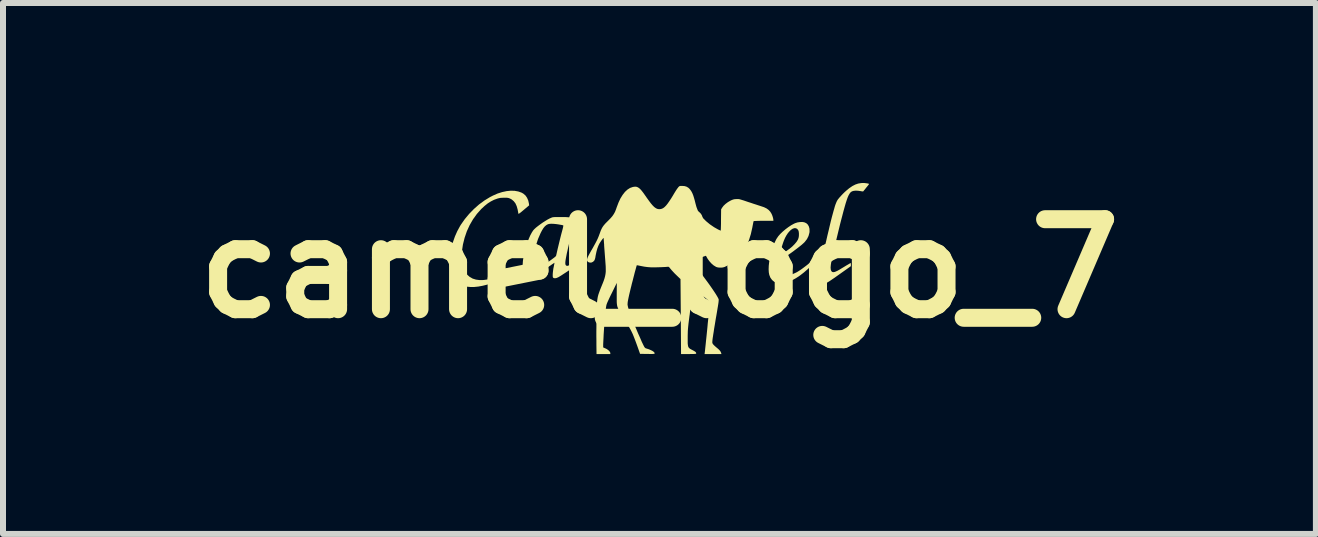
<source format=kicad_pcb>
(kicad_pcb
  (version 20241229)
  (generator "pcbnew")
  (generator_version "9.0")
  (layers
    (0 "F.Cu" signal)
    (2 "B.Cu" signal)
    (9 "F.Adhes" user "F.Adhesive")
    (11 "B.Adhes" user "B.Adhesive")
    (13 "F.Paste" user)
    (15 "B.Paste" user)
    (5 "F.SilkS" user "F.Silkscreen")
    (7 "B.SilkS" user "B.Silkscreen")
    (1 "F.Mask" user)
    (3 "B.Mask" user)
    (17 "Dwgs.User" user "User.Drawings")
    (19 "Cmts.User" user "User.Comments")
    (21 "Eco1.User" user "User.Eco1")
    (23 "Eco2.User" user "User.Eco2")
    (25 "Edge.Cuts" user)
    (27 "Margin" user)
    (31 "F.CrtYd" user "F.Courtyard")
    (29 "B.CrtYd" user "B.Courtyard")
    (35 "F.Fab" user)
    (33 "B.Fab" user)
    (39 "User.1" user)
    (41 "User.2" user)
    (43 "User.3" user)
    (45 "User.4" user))
  (footprint "camel_logo_7"
    (layer "F.Cu")
    (at 7.943 1.426)
    (property "Reference" "camel_logo_7" (at 0 0 0) (layer "F.SilkS") (effects (font (size 1.5 1.5) (thickness 0.3))))
    (attr board_only exclude_from_pos_files exclude_from_bom)
    (fp_poly (pts (xy -2.413 -1.295) (xy -2.353 -1.284) (xy -2.299 -1.265) (xy -2.269 -1.248) (xy -2.234 -1.218) (xy -2.207 -1.179) (xy -2.187 -1.133) (xy -2.176 -1.083) (xy -2.172 -1.053) (xy -2.261 -0.978) (xy -2.292 -0.952) (xy -2.315 -0.933) (xy -2.332 -0.921) (xy -2.342 -0.914) (xy -2.348 -0.912) (xy -2.352 -0.914) (xy -2.352 -0.917) (xy -2.364 -0.984) (xy -2.38 -1.04) (xy -2.401 -1.086) (xy -2.429 -1.122) (xy -2.463 -1.151) (xy -2.487 -1.164) (xy -2.503 -1.171) (xy -2.519 -1.176) (xy -2.536 -1.179) (xy -2.559 -1.18) (xy -2.587 -1.18) (xy -2.623 -1.179) (xy -2.652 -1.177) (xy -2.677 -1.172) (xy -2.7 -1.166) (xy -2.758 -1.145) (xy -2.811 -1.118) (xy -2.863 -1.085) (xy -2.914 -1.044) (xy -2.968 -0.994) (xy -2.973 -0.989) (xy -3.044 -0.909) (xy -3.108 -0.82) (xy -3.164 -0.723) (xy -3.211 -0.62) (xy -3.248 -0.512) (xy -3.276 -0.4) (xy -3.293 -0.286) (xy -3.295 -0.272) (xy -3.299 -0.186) (xy -3.294 -0.108) (xy -3.28 -0.039) (xy -3.258 0.023) (xy -3.227 0.076) (xy -3.204 0.104) (xy -3.162 0.141) (xy -3.114 0.168) (xy -3.059 0.185) (xy -2.999 0.193) (xy -2.933 0.192) (xy -2.862 0.182) (xy -2.786 0.162) (xy -2.707 0.133) (xy -2.624 0.095) (xy -2.538 0.048) (xy -2.494 0.021) (xy -2.47 0.006) (xy -2.45 -0.006) (xy -2.436 -0.015) (xy -2.43 -0.018) (xy -2.43 -0.018) (xy -2.43 -0.013) (xy -2.433 0.001) (xy -2.437 0.018) (xy -2.446 0.055) (xy -2.508 0.096) (xy -2.612 0.16) (xy -2.717 0.212) (xy -2.825 0.254) (xy -2.876 0.27) (xy -2.949 0.288) (xy -3.02 0.301) (xy -3.089 0.308) (xy -3.153 0.308) (xy -3.209 0.303) (xy -3.227 0.3) (xy -3.288 0.281) (xy -3.342 0.252) (xy -3.389 0.214) (xy -3.428 0.167) (xy -3.46 0.112) (xy -3.482 0.05) (xy -3.494 -0.009) (xy -3.5 -0.087) (xy -3.497 -0.172) (xy -3.486 -0.261) (xy -3.467 -0.352) (xy -3.441 -0.444) (xy -3.409 -0.535) (xy -3.37 -0.623) (xy -3.325 -0.706) (xy -3.311 -0.729) (xy -3.246 -0.822) (xy -3.173 -0.91) (xy -3.093 -0.992) (xy -3.007 -1.068) (xy -2.917 -1.134) (xy -2.824 -1.191) (xy -2.775 -1.216) (xy -2.698 -1.25) (xy -2.622 -1.274) (xy -2.548 -1.29) (xy -2.478 -1.297)) (stroke (width 0) (type solid)) (fill yes) (layer "F.SilkS"))
    (fp_poly (pts (xy 2.412 -0.771) (xy 2.413 -0.771) (xy 2.447 -0.756) (xy 2.473 -0.732) (xy 2.491 -0.7) (xy 2.501 -0.662) (xy 2.502 -0.617) (xy 2.5 -0.597) (xy 2.485 -0.542) (xy 2.459 -0.49) (xy 2.421 -0.441) (xy 2.418 -0.438) (xy 2.399 -0.42) (xy 2.371 -0.395) (xy 2.336 -0.367) (xy 2.295 -0.335) (xy 2.251 -0.302) (xy 2.204 -0.267) (xy 2.156 -0.233) (xy 2.11 -0.201) (xy 2.085 -0.185) (xy 2.002 -0.13) (xy 2.002 -0.084) (xy 2.004 -0.035) (xy 2.012 0.004) (xy 2.025 0.038) (xy 2.034 0.053) (xy 2.06 0.081) (xy 2.092 0.1) (xy 2.13 0.108) (xy 2.173 0.105) (xy 2.222 0.093) (xy 2.275 0.069) (xy 2.296 0.058) (xy 2.33 0.037) (xy 2.37 0.01) (xy 2.412 -0.021) (xy 2.454 -0.053) (xy 2.493 -0.085) (xy 2.495 -0.086) (xy 2.53 -0.116) (xy 2.53 -0.08) (xy 2.53 -0.044) (xy 2.477 0.006) (xy 2.408 0.066) (xy 2.341 0.118) (xy 2.274 0.162) (xy 2.209 0.197) (xy 2.147 0.224) (xy 2.088 0.241) (xy 2.033 0.249) (xy 1.983 0.246) (xy 1.955 0.24) (xy 1.913 0.221) (xy 1.878 0.192) (xy 1.85 0.154) (xy 1.831 0.107) (xy 1.823 0.065) (xy 1.82 0.014) (xy 1.822 -0.044) (xy 1.829 -0.107) (xy 1.84 -0.173) (xy 1.85 -0.217) (xy 2.007 -0.217) (xy 2.07 -0.26) (xy 2.098 -0.279) (xy 2.126 -0.298) (xy 2.15 -0.316) (xy 2.166 -0.327) (xy 2.212 -0.365) (xy 2.252 -0.405) (xy 2.285 -0.444) (xy 2.308 -0.481) (xy 2.315 -0.499) (xy 2.322 -0.524) (xy 2.325 -0.554) (xy 2.325 -0.585) (xy 2.322 -0.613) (xy 2.316 -0.634) (xy 2.315 -0.635) (xy 2.298 -0.659) (xy 2.276 -0.671) (xy 2.251 -0.673) (xy 2.222 -0.664) (xy 2.192 -0.644) (xy 2.17 -0.623) (xy 2.142 -0.591) (xy 2.118 -0.555) (xy 2.095 -0.513) (xy 2.074 -0.465) (xy 2.061 -0.429) (xy 2.047 -0.386) (xy 2.033 -0.34) (xy 2.022 -0.295) (xy 2.013 -0.255) (xy 2.011 -0.244) (xy 2.007 -0.217) (xy 1.85 -0.217) (xy 1.855 -0.241) (xy 1.874 -0.308) (xy 1.896 -0.373) (xy 1.921 -0.434) (xy 1.948 -0.489) (xy 1.955 -0.5) (xy 1.98 -0.537) (xy 2.014 -0.576) (xy 2.055 -0.615) (xy 2.101 -0.654) (xy 2.149 -0.69) (xy 2.197 -0.722) (xy 2.243 -0.747) (xy 2.263 -0.756) (xy 2.3 -0.768) (xy 2.34 -0.774) (xy 2.379 -0.776)) (stroke (width 0) (type solid)) (fill yes) (layer "F.SilkS"))
    (fp_poly (pts (xy 3.417 -1.425) (xy 3.441 -1.422) (xy 3.464 -1.419) (xy 3.482 -1.415) (xy 3.493 -1.411) (xy 3.494 -1.409) (xy 3.491 -1.403) (xy 3.481 -1.39) (xy 3.466 -1.371) (xy 3.448 -1.349) (xy 3.447 -1.348) (xy 3.429 -1.325) (xy 3.413 -1.306) (xy 3.402 -1.292) (xy 3.397 -1.286) (xy 3.397 -1.286) (xy 3.39 -1.285) (xy 3.375 -1.286) (xy 3.355 -1.29) (xy 3.311 -1.296) (xy 3.27 -1.298) (xy 3.235 -1.294) (xy 3.212 -1.287) (xy 3.195 -1.277) (xy 3.18 -1.263) (xy 3.166 -1.243) (xy 3.151 -1.216) (xy 3.136 -1.181) (xy 3.121 -1.138) (xy 3.104 -1.085) (xy 3.086 -1.022) (xy 3.082 -1.007) (xy 3.066 -0.95) (xy 3.049 -0.884) (xy 3.03 -0.812) (xy 3.01 -0.734) (xy 2.99 -0.652) (xy 2.97 -0.569) (xy 2.95 -0.486) (xy 2.931 -0.405) (xy 2.913 -0.328) (xy 2.896 -0.257) (xy 2.882 -0.192) (xy 2.87 -0.138) (xy 2.866 -0.118) (xy 2.857 -0.062) (xy 2.853 -0.017) (xy 2.856 0.018) (xy 2.865 0.043) (xy 2.879 0.056) (xy 2.891 0.06) (xy 2.906 0.06) (xy 2.923 0.057) (xy 2.943 0.049) (xy 2.969 0.037) (xy 3.001 0.019) (xy 3.034 -0.001) (xy 3.079 -0.028) (xy 3.115 -0.05) (xy 3.143 -0.066) (xy 3.163 -0.078) (xy 3.176 -0.086) (xy 3.184 -0.09) (xy 3.187 -0.091) (xy 3.19 -0.086) (xy 3.191 -0.072) (xy 3.191 -0.065) (xy 3.191 -0.039) (xy 3.019 0.083) (xy 2.96 0.125) (xy 2.91 0.16) (xy 2.869 0.188) (xy 2.835 0.211) (xy 2.807 0.228) (xy 2.785 0.241) (xy 2.769 0.249) (xy 2.756 0.254) (xy 2.748 0.255) (xy 2.733 0.252) (xy 2.715 0.244) (xy 2.714 0.243) (xy 2.695 0.225) (xy 2.678 0.198) (xy 2.666 0.165) (xy 2.659 0.127) (xy 2.659 0.119) (xy 2.658 0.11) (xy 2.658 0.1) (xy 2.659 0.088) (xy 2.661 0.073) (xy 2.664 0.055) (xy 2.668 0.032) (xy 2.674 0.003) (xy 2.681 -0.031) (xy 2.691 -0.073) (xy 2.702 -0.123) (xy 2.715 -0.182) (xy 2.731 -0.251) (xy 2.749 -0.331) (xy 2.751 -0.337) (xy 2.777 -0.449) (xy 2.8 -0.55) (xy 2.822 -0.641) (xy 2.841 -0.722) (xy 2.858 -0.793) (xy 2.874 -0.856) (xy 2.889 -0.911) (xy 2.902 -0.959) (xy 2.914 -1) (xy 2.924 -1.036) (xy 2.934 -1.066) (xy 2.944 -1.091) (xy 2.953 -1.113) (xy 2.962 -1.131) (xy 2.962 -1.131) (xy 2.976 -1.153) (xy 2.998 -1.18) (xy 3.026 -1.211) (xy 3.057 -1.244) (xy 3.091 -1.277) (xy 3.125 -1.307) (xy 3.158 -1.334) (xy 3.166 -1.34) (xy 3.217 -1.375) (xy 3.266 -1.4) (xy 3.313 -1.416) (xy 3.361 -1.424) (xy 3.394 -1.426)) (stroke (width 0) (type solid)) (fill yes) (layer "F.SilkS"))
    (fp_poly (pts (xy -1.647 -0.858) (xy -1.599 -0.858) (xy -1.561 -0.857) (xy -1.529 -0.855) (xy -1.501 -0.853) (xy -1.473 -0.849) (xy -1.444 -0.844) (xy -1.415 -0.838) (xy -1.39 -0.833) (xy -1.372 -0.828) (xy -1.363 -0.826) (xy -1.363 -0.825) (xy -1.364 -0.819) (xy -1.372 -0.806) (xy -1.385 -0.79) (xy -1.387 -0.788) (xy -1.402 -0.768) (xy -1.416 -0.749) (xy -1.424 -0.735) (xy -1.428 -0.722) (xy -1.435 -0.699) (xy -1.443 -0.667) (xy -1.454 -0.629) (xy -1.465 -0.585) (xy -1.477 -0.537) (xy -1.489 -0.487) (xy -1.502 -0.437) (xy -1.513 -0.388) (xy -1.524 -0.342) (xy -1.533 -0.3) (xy -1.541 -0.265) (xy -1.544 -0.252) (xy -1.554 -0.2) (xy -1.562 -0.158) (xy -1.567 -0.125) (xy -1.569 -0.1) (xy -1.569 -0.082) (xy -1.567 -0.068) (xy -1.563 -0.059) (xy -1.561 -0.055) (xy -1.552 -0.048) (xy -1.542 -0.044) (xy -1.529 -0.045) (xy -1.511 -0.052) (xy -1.488 -0.063) (xy -1.457 -0.081) (xy -1.419 -0.106) (xy -1.405 -0.115) (xy -1.374 -0.136) (xy -1.346 -0.154) (xy -1.324 -0.168) (xy -1.308 -0.178) (xy -1.301 -0.182) (xy -1.301 -0.182) (xy -1.299 -0.177) (xy -1.299 -0.162) (xy -1.299 -0.147) (xy -1.301 -0.128) (xy -1.305 -0.115) (xy -1.313 -0.105) (xy -1.328 -0.092) (xy -1.332 -0.089) (xy -1.35 -0.076) (xy -1.376 -0.057) (xy -1.408 -0.035) (xy -1.444 -0.011) (xy -1.483 0.015) (xy -1.523 0.041) (xy -1.562 0.067) (xy -1.599 0.091) (xy -1.631 0.112) (xy -1.658 0.129) (xy -1.678 0.141) (xy -1.687 0.146) (xy -1.718 0.159) (xy -1.743 0.163) (xy -1.763 0.159) (xy -1.769 0.155) (xy -1.775 0.149) (xy -1.778 0.14) (xy -1.779 0.126) (xy -1.779 0.103) (xy -1.779 0.096) (xy -1.777 0.068) (xy -1.773 0.034) (xy -1.768 -0.002) (xy -1.763 -0.024) (xy -1.758 -0.052) (xy -1.753 -0.074) (xy -1.751 -0.09) (xy -1.75 -0.096) (xy -1.755 -0.093) (xy -1.768 -0.084) (xy -1.788 -0.071) (xy -1.813 -0.053) (xy -1.83 -0.042) (xy -1.898 0.006) (xy -1.957 0.047) (xy -2.008 0.081) (xy -2.052 0.108) (xy -2.089 0.13) (xy -2.12 0.145) (xy -2.146 0.156) (xy -2.167 0.162) (xy -2.183 0.164) (xy -2.201 0.163) (xy -2.214 0.157) (xy -2.228 0.145) (xy -2.233 0.14) (xy -2.248 0.12) (xy -2.262 0.096) (xy -2.266 0.087) (xy -2.273 0.06) (xy -2.277 0.023) (xy -2.28 -0.019) (xy -2.28 -0.065) (xy -2.277 -0.112) (xy -2.275 -0.134) (xy -2.092 -0.134) (xy -2.09 -0.099) (xy -2.085 -0.072) (xy -2.076 -0.052) (xy -2.065 -0.039) (xy -2.052 -0.029) (xy -2.037 -0.025) (xy -2.018 -0.026) (xy -1.993 -0.034) (xy -1.961 -0.049) (xy -1.943 -0.058) (xy -1.911 -0.075) (xy -1.874 -0.097) (xy -1.838 -0.121) (xy -1.811 -0.14) (xy -1.78 -0.163) (xy -1.757 -0.18) (xy -1.742 -0.192) (xy -1.732 -0.201) (xy -1.726 -0.208) (xy -1.723 -0.214) (xy -1.721 -0.22) (xy -1.698 -0.322) (xy -1.676 -0.413) (xy -1.657 -0.492) (xy -1.64 -0.56) (xy -1.627 -0.609) (xy -1.615 -0.653) (xy -1.607 -0.686) (xy -1.603 -0.708) (xy -1.603 -0.718) (xy -1.604 -0.719) (xy -1.625 -0.725) (xy -1.655 -0.73) (xy -1.689 -0.736) (xy -1.725 -0.741) (xy -1.759 -0.744) (xy -1.77 -0.745) (xy -1.802 -0.746) (xy -1.825 -0.745) (xy -1.843 -0.742) (xy -1.859 -0.738) (xy -1.885 -0.724) (xy -1.91 -0.703) (xy -1.934 -0.674) (xy -1.958 -0.635) (xy -1.981 -0.591) (xy -2.024 -0.492) (xy -2.057 -0.391) (xy -2.079 -0.291) (xy -2.09 -0.193) (xy -2.091 -0.179) (xy -2.092 -0.134) (xy -2.275 -0.134) (xy -2.272 -0.155) (xy -2.26 -0.224) (xy -2.244 -0.295) (xy -2.224 -0.365) (xy -2.202 -0.433) (xy -2.178 -0.496) (xy -2.153 -0.553) (xy -2.127 -0.601) (xy -2.105 -0.635) (xy -2.086 -0.656) (xy -2.059 -0.681) (xy -2.025 -0.708) (xy -1.986 -0.737) (xy -1.945 -0.766) (xy -1.904 -0.792) (xy -1.865 -0.816) (xy -1.829 -0.835) (xy -1.812 -0.842) (xy -1.799 -0.848) (xy -1.788 -0.852) (xy -1.775 -0.855) (xy -1.76 -0.856) (xy -1.74 -0.858) (xy -1.714 -0.858) (xy -1.679 -0.858)) (stroke (width 0) (type solid)) (fill yes) (layer "F.SilkS"))
    (fp_poly (pts (xy 0.418 -1.374) (xy 0.452 -1.364) (xy 0.482 -1.346) (xy 0.5 -1.329) (xy 0.518 -1.307) (xy 0.534 -1.283) (xy 0.548 -1.256) (xy 0.562 -1.222) (xy 0.575 -1.181) (xy 0.589 -1.132) (xy 0.6 -1.087) (xy 0.617 -1.025) (xy 0.637 -0.972) (xy 0.661 -0.927) (xy 0.674 -0.906) (xy 0.72 -0.847) (xy 0.776 -0.79) (xy 0.84 -0.737) (xy 0.91 -0.689) (xy 0.975 -0.652) (xy 0.996 -0.642) (xy 1.012 -0.635) (xy 1.021 -0.631) (xy 1.021 -0.631) (xy 1.022 -0.637) (xy 1.023 -0.653) (xy 1.024 -0.679) (xy 1.025 -0.712) (xy 1.026 -0.751) (xy 1.026 -0.795) (xy 1.026 -0.808) (xy 1.028 -0.986) (xy 1.045 -1.014) (xy 1.069 -1.046) (xy 1.102 -1.077) (xy 1.142 -1.107) (xy 1.18 -1.129) (xy 1.207 -1.142) (xy 1.229 -1.15) (xy 1.25 -1.155) (xy 1.274 -1.157) (xy 1.279 -1.157) (xy 1.294 -1.158) (xy 1.307 -1.158) (xy 1.32 -1.157) (xy 1.334 -1.155) (xy 1.352 -1.15) (xy 1.375 -1.143) (xy 1.405 -1.134) (xy 1.443 -1.121) (xy 1.481 -1.108) (xy 1.525 -1.094) (xy 1.569 -1.079) (xy 1.61 -1.066) (xy 1.646 -1.054) (xy 1.674 -1.045) (xy 1.689 -1.04) (xy 1.743 -1.022) (xy 1.786 -1.001) (xy 1.82 -0.976) (xy 1.847 -0.947) (xy 1.868 -0.913) (xy 1.879 -0.888) (xy 1.889 -0.859) (xy 1.896 -0.831) (xy 1.899 -0.81) (xy 1.899 -0.808) (xy 1.899 -0.795) (xy 1.735 -0.795) (xy 1.683 -0.795) (xy 1.643 -0.794) (xy 1.612 -0.793) (xy 1.591 -0.792) (xy 1.577 -0.791) (xy 1.57 -0.789) (xy 1.569 -0.787) (xy 1.567 -0.779) (xy 1.563 -0.761) (xy 1.558 -0.735) (xy 1.552 -0.704) (xy 1.548 -0.682) (xy 1.523 -0.572) (xy 1.492 -0.472) (xy 1.454 -0.381) (xy 1.41 -0.3) (xy 1.359 -0.228) (xy 1.3 -0.165) (xy 1.234 -0.11) (xy 1.16 -0.063) (xy 1.112 -0.038) (xy 1.086 -0.026) (xy 1.067 -0.02) (xy 1.047 -0.016) (xy 1.023 -0.015) (xy 1.016 -0.015) (xy 0.987 -0.016) (xy 0.965 -0.02) (xy 0.946 -0.026) (xy 0.939 -0.03) (xy 0.903 -0.052) (xy 0.867 -0.083) (xy 0.833 -0.121) (xy 0.803 -0.162) (xy 0.789 -0.187) (xy 0.781 -0.202) (xy 0.774 -0.211) (xy 0.772 -0.212) (xy 0.766 -0.21) (xy 0.75 -0.204) (xy 0.727 -0.196) (xy 0.698 -0.184) (xy 0.682 -0.178) (xy 0.596 -0.144) (xy 0.591 -0.102) (xy 0.59 -0.076) (xy 0.591 -0.059) (xy 0.595 -0.049) (xy 0.601 -0.041) (xy 0.613 -0.026) (xy 0.63 -0.002) (xy 0.652 0.027) (xy 0.677 0.06) (xy 0.705 0.097) (xy 0.72 0.116) (xy 0.765 0.177) (xy 0.808 0.235) (xy 0.848 0.291) (xy 0.884 0.343) (xy 0.915 0.389) (xy 0.941 0.429) (xy 0.961 0.462) (xy 0.975 0.487) (xy 0.976 0.49) (xy 0.98 0.497) (xy 0.983 0.503) (xy 0.985 0.509) (xy 0.987 0.515) (xy 0.988 0.523) (xy 0.987 0.534) (xy 0.986 0.549) (xy 0.984 0.569) (xy 0.98 0.595) (xy 0.975 0.627) (xy 0.968 0.668) (xy 0.96 0.717) (xy 0.95 0.776) (xy 0.938 0.843) (xy 0.929 0.899) (xy 0.92 0.954) (xy 0.911 1.007) (xy 0.904 1.056) (xy 0.897 1.098) (xy 0.892 1.133) (xy 0.888 1.157) (xy 0.884 1.189) (xy 0.882 1.212) (xy 0.881 1.228) (xy 0.882 1.239) (xy 0.884 1.247) (xy 0.889 1.255) (xy 0.89 1.257) (xy 0.899 1.269) (xy 0.916 1.286) (xy 0.937 1.305) (xy 0.95 1.316) (xy 0.982 1.343) (xy 1.004 1.365) (xy 1.019 1.385) (xy 1.027 1.404) (xy 1.029 1.409) (xy 1.033 1.426) (xy 0.892 1.426) (xy 0.752 1.426) (xy 0.755 1.406) (xy 0.756 1.395) (xy 0.759 1.374) (xy 0.762 1.343) (xy 0.766 1.305) (xy 0.771 1.259) (xy 0.776 1.208) (xy 0.782 1.153) (xy 0.788 1.095) (xy 0.794 1.035) (xy 0.8 0.975) (xy 0.805 0.917) (xy 0.811 0.861) (xy 0.816 0.808) (xy 0.82 0.761) (xy 0.824 0.72) (xy 0.827 0.687) (xy 0.828 0.678) (xy 0.831 0.638) (xy 0.833 0.609) (xy 0.834 0.588) (xy 0.834 0.573) (xy 0.832 0.563) (xy 0.83 0.555) (xy 0.828 0.553) (xy 0.821 0.541) (xy 0.81 0.528) (xy 0.793 0.512) (xy 0.77 0.493) (xy 0.74 0.469) (xy 0.701 0.44) (xy 0.658 0.408) (xy 0.555 0.333) (xy 0.551 0.35) (xy 0.549 0.36) (xy 0.546 0.381) (xy 0.543 0.411) (xy 0.539 0.446) (xy 0.535 0.487) (xy 0.531 0.525) (xy 0.526 0.575) (xy 0.52 0.629) (xy 0.514 0.682) (xy 0.508 0.732) (xy 0.503 0.775) (xy 0.5 0.792) (xy 0.492 0.856) (xy 0.485 0.911) (xy 0.48 0.958) (xy 0.476 1.001) (xy 0.473 1.041) (xy 0.472 1.08) (xy 0.471 1.121) (xy 0.471 1.162) (xy 0.471 1.21) (xy 0.471 1.247) (xy 0.474 1.276) (xy 0.478 1.297) (xy 0.485 1.314) (xy 0.496 1.327) (xy 0.511 1.339) (xy 0.531 1.35) (xy 0.548 1.359) (xy 0.576 1.374) (xy 0.595 1.386) (xy 0.606 1.396) (xy 0.611 1.405) (xy 0.613 1.415) (xy 0.612 1.419) (xy 0.608 1.421) (xy 0.601 1.423) (xy 0.587 1.424) (xy 0.567 1.425) (xy 0.538 1.425) (xy 0.498 1.426) (xy 0.486 1.426) (xy 0.36 1.426) (xy 0.356 0.801) (xy 0.351 0.176) (xy 0.314 0.141) (xy 0.254 0.083) (xy 0.205 0.03) (xy 0.183 0.004) (xy 0.169 -0.014) (xy 0.158 -0.024) (xy 0.149 -0.029) (xy 0.139 -0.029) (xy 0.131 -0.028) (xy 0.117 -0.027) (xy 0.094 -0.025) (xy 0.063 -0.024) (xy 0.027 -0.022) (xy -0.012 -0.021) (xy -0.015 -0.021) (xy -0.085 -0.019) (xy -0.146 -0.02) (xy -0.2 -0.024) (xy -0.253 -0.031) (xy -0.305 -0.041) (xy -0.32 -0.044) (xy -0.344 -0.049) (xy -0.364 -0.053) (xy -0.376 -0.054) (xy -0.378 -0.054) (xy -0.38 -0.047) (xy -0.385 -0.031) (xy -0.392 -0.005) (xy -0.401 0.028) (xy -0.412 0.067) (xy -0.423 0.111) (xy -0.435 0.157) (xy -0.447 0.205) (xy -0.46 0.253) (xy -0.471 0.3) (xy -0.473 0.306) (xy -0.49 0.376) (xy -0.504 0.435) (xy -0.515 0.485) (xy -0.523 0.525) (xy -0.529 0.558) (xy -0.531 0.583) (xy -0.532 0.602) (xy -0.531 0.609) (xy -0.525 0.639) (xy -0.514 0.679) (xy -0.498 0.728) (xy -0.477 0.786) (xy -0.452 0.852) (xy -0.423 0.925) (xy -0.389 1.004) (xy -0.353 1.089) (xy -0.336 1.126) (xy -0.313 1.178) (xy -0.295 1.221) (xy -0.279 1.254) (xy -0.267 1.279) (xy -0.257 1.298) (xy -0.249 1.312) (xy -0.241 1.321) (xy -0.234 1.327) (xy -0.226 1.331) (xy -0.216 1.334) (xy -0.206 1.337) (xy -0.175 1.347) (xy -0.145 1.36) (xy -0.118 1.373) (xy -0.098 1.387) (xy -0.088 1.396) (xy -0.082 1.406) (xy -0.079 1.413) (xy -0.081 1.418) (xy -0.088 1.422) (xy -0.103 1.424) (xy -0.126 1.425) (xy -0.159 1.425) (xy -0.201 1.424) (xy -0.323 1.423) (xy -0.364 1.307) (xy -0.388 1.241) (xy -0.409 1.185) (xy -0.428 1.136) (xy -0.445 1.094) (xy -0.463 1.056) (xy -0.481 1.021) (xy -0.5 0.987) (xy -0.521 0.952) (xy -0.546 0.914) (xy -0.563 0.889) (xy -0.606 0.823) (xy -0.641 0.765) (xy -0.668 0.715) (xy -0.688 0.67) (xy -0.702 0.634) (xy -0.705 0.622) (xy -0.707 0.609) (xy -0.709 0.594) (xy -0.711 0.575) (xy -0.712 0.549) (xy -0.712 0.517) (xy -0.712 0.476) (xy -0.712 0.424) (xy -0.712 0.419) (xy -0.711 0.24) (xy -0.788 0.397) (xy -0.809 0.439) (xy -0.829 0.48) (xy -0.846 0.517) (xy -0.861 0.549) (xy -0.872 0.574) (xy -0.878 0.59) (xy -0.879 0.591) (xy -0.886 0.618) (xy -0.892 0.655) (xy -0.899 0.704) (xy -0.905 0.764) (xy -0.912 0.836) (xy -0.918 0.92) (xy -0.919 0.931) (xy -0.925 1.021) (xy -0.93 1.098) (xy -0.933 1.164) (xy -0.936 1.219) (xy -0.938 1.261) (xy -0.938 1.291) (xy -0.938 1.31) (xy -0.937 1.316) (xy -0.928 1.32) (xy -0.912 1.327) (xy -0.902 1.331) (xy -0.878 1.343) (xy -0.855 1.359) (xy -0.836 1.377) (xy -0.823 1.395) (xy -0.819 1.409) (xy -0.819 1.426) (xy -0.934 1.426) (xy -1.049 1.426) (xy -1.051 1.269) (xy -1.051 1.2) (xy -1.052 1.128) (xy -1.052 1.054) (xy -1.051 0.981) (xy -1.051 0.908) (xy -1.05 0.839) (xy -1.049 0.774) (xy -1.047 0.715) (xy -1.046 0.664) (xy -1.044 0.621) (xy -1.043 0.59) (xy -1.039 0.546) (xy -1.034 0.508) (xy -1.028 0.473) (xy -1.019 0.438) (xy -1.006 0.4) (xy -0.99 0.356) (xy -0.972 0.311) (xy -0.949 0.255) (xy -0.93 0.207) (xy -0.916 0.165) (xy -0.906 0.127) (xy -0.899 0.09) (xy -0.895 0.052) (xy -0.895 0.011) (xy -0.896 -0.036) (xy -0.9 -0.091) (xy -0.903 -0.134) (xy -0.907 -0.184) (xy -0.911 -0.238) (xy -0.915 -0.291) (xy -0.919 -0.341) (xy -0.922 -0.384) (xy -0.922 -0.397) (xy -0.925 -0.432) (xy -0.927 -0.463) (xy -0.929 -0.487) (xy -0.93 -0.503) (xy -0.931 -0.509) (xy -0.936 -0.506) (xy -0.946 -0.495) (xy -0.958 -0.479) (xy -0.973 -0.459) (xy -0.986 -0.439) (xy -0.998 -0.42) (xy -1 -0.417) (xy -1.018 -0.38) (xy -1.035 -0.335) (xy -1.049 -0.285) (xy -1.06 -0.234) (xy -1.064 -0.214) (xy -1.07 -0.177) (xy -1.078 -0.15) (xy -1.086 -0.133) (xy -1.107 -0.112) (xy -1.132 -0.1) (xy -1.159 -0.098) (xy -1.184 -0.106) (xy -1.19 -0.11) (xy -1.2 -0.119) (xy -1.206 -0.131) (xy -1.207 -0.145) (xy -1.204 -0.164) (xy -1.195 -0.189) (xy -1.18 -0.22) (xy -1.159 -0.259) (xy -1.133 -0.306) (xy -1.127 -0.315) (xy -1.095 -0.372) (xy -1.068 -0.421) (xy -1.046 -0.463) (xy -1.028 -0.501) (xy -1.013 -0.537) (xy -1 -0.572) (xy -0.992 -0.593) (xy -0.979 -0.63) (xy -0.964 -0.663) (xy -0.948 -0.692) (xy -0.927 -0.721) (xy -0.9 -0.752) (xy -0.866 -0.786) (xy -0.851 -0.801) (xy -0.814 -0.839) (xy -0.784 -0.874) (xy -0.761 -0.908) (xy -0.741 -0.944) (xy -0.724 -0.987) (xy -0.713 -1.019) (xy -0.683 -1.098) (xy -0.651 -1.167) (xy -0.614 -1.227) (xy -0.575 -1.277) (xy -0.534 -1.315) (xy -0.49 -1.343) (xy -0.444 -1.359) (xy -0.42 -1.363) (xy -0.398 -1.364) (xy -0.378 -1.361) (xy -0.359 -1.353) (xy -0.339 -1.34) (xy -0.318 -1.321) (xy -0.295 -1.295) (xy -0.268 -1.26) (xy -0.237 -1.216) (xy -0.214 -1.183) (xy -0.176 -1.13) (xy -0.143 -1.086) (xy -0.113 -1.051) (xy -0.087 -1.025) (xy -0.062 -1.007) (xy -0.039 -0.995) (xy -0.016 -0.99) (xy -0.004 -0.989) (xy 0.02 -0.991) (xy 0.042 -0.997) (xy 0.064 -1.008) (xy 0.086 -1.025) (xy 0.11 -1.049) (xy 0.135 -1.08) (xy 0.163 -1.12) (xy 0.195 -1.168) (xy 0.231 -1.227) (xy 0.24 -1.243) (xy 0.259 -1.274) (xy 0.277 -1.303) (xy 0.294 -1.328) (xy 0.308 -1.346) (xy 0.311 -1.351) (xy 0.324 -1.365) (xy 0.334 -1.373) (xy 0.346 -1.376) (xy 0.364 -1.377) (xy 0.376 -1.377)) (stroke (width 0) (type solid)) (fill yes) (layer "F.SilkS")))
  (gr_rect
    (start -3 -3)
    (end 18.886 5.851)
    (stroke (width 0.1) (type default))
    (fill no)
    (layer "Edge.Cuts")))
</source>
